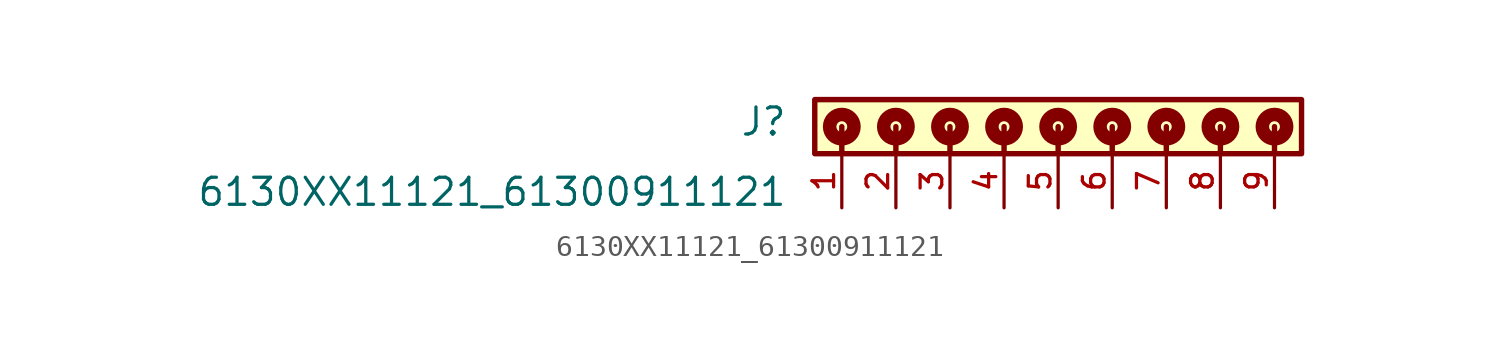
<source format=kicad_sym>
(kicad_symbol_lib
  (version 20211014)
  (generator kicad_symbol_editor)
  (symbol "6130XX11121_61300911121"
    (pin_names
      (offset 1.016))
    (property "Reference" "J"
      (at -12.7 -1.778 0)
      (effects (font (size 1.27 1.27)) (justify bottom right)))
    (property "Value" "6130XX11121_61300911121"
      (at -12.7 -5.08 0)
      (effects (font (size 1.27 1.27)) (justify bottom right)))
    (symbol "6130XX11121_61300911121_0_0"
      (polyline (pts (xy -10.16 -1.27) (xy -10.16 -2.54)) (stroke (width 0.254)))
      (polyline (pts (xy -7.62 -1.27) (xy -7.62 -2.54)) (stroke (width 0.254)))
      (polyline (pts (xy -5.08 -1.27) (xy -5.08 -2.54)) (stroke (width 0.254)))
      (polyline (pts (xy -2.54 -1.27) (xy -2.54 -2.54)) (stroke (width 0.254)))
      (polyline (pts (xy 0.0 -1.27) (xy 0.0 -2.54)) (stroke (width 0.254)))
      (polyline (pts (xy 2.54 -1.27) (xy 2.54 -2.54)) (stroke (width 0.254)))
      (polyline (pts (xy 5.08 -1.27) (xy 5.08 -2.54)) (stroke (width 0.254)))
      (polyline (pts (xy 7.62 -1.27) (xy 7.62 -2.54)) (stroke (width 0.254)))
      (polyline (pts (xy 10.16 -1.27) (xy 10.16 -2.54)) (stroke (width 0.254)))
      (circle (center -10.16 -1.27) (radius 0.254) (stroke (width 0.635)) (fill (type none)))
      (circle (center -7.62 -1.27) (radius 0.254) (stroke (width 0.635)) (fill (type none)))
      (circle (center -5.08 -1.27) (radius 0.254) (stroke (width 0.635)) (fill (type none)))
      (circle (center -2.54 -1.27) (radius 0.254) (stroke (width 0.635)) (fill (type none)))
      (circle (center 0.0 -1.27) (radius 0.254) (stroke (width 0.635)) (fill (type none)))
      (circle (center 2.54 -1.27) (radius 0.254) (stroke (width 0.635)) (fill (type none)))
      (circle (center 5.08 -1.27) (radius 0.254) (stroke (width 0.635)) (fill (type none)))
      (circle (center 7.62 -1.27) (radius 0.254) (stroke (width 0.635)) (fill (type none)))
      (circle (center 10.16 -1.27) (radius 0.254) (stroke (width 0.635)) (fill (type none)))
      (rectangle (start -11.43 -2.54) (end 11.43 -2.22044604925e-16) (stroke (width 0.254)) (fill (type background)))
      (pin passive line (at -10.16 -5.08 90.0) (length 2.54) (name "~" (effects (font (size 1.016 1.016)))) (number "1" (effects (font (size 1.016 1.016)))))
      (pin passive line (at -7.62 -5.08 90.0) (length 2.54) (name "~" (effects (font (size 1.016 1.016)))) (number "2" (effects (font (size 1.016 1.016)))))
      (pin passive line (at -5.08 -5.08 90.0) (length 2.54) (name "~" (effects (font (size 1.016 1.016)))) (number "3" (effects (font (size 1.016 1.016)))))
      (pin passive line (at -2.54 -5.08 90.0) (length 2.54) (name "~" (effects (font (size 1.016 1.016)))) (number "4" (effects (font (size 1.016 1.016)))))
      (pin passive line (at 0.0 -5.08 90.0) (length 2.54) (name "~" (effects (font (size 1.016 1.016)))) (number "5" (effects (font (size 1.016 1.016)))))
      (pin passive line (at 2.54 -5.08 90.0) (length 2.54) (name "~" (effects (font (size 1.016 1.016)))) (number "6" (effects (font (size 1.016 1.016)))))
      (pin passive line (at 5.08 -5.08 90.0) (length 2.54) (name "~" (effects (font (size 1.016 1.016)))) (number "7" (effects (font (size 1.016 1.016)))))
      (pin passive line (at 7.62 -5.08 90.0) (length 2.54) (name "~" (effects (font (size 1.016 1.016)))) (number "8" (effects (font (size 1.016 1.016)))))
      (pin passive line (at 10.16 -5.08 90.0) (length 2.54) (name "~" (effects (font (size 1.016 1.016)))) (number "9" (effects (font (size 1.016 1.016))))))))
</source>
